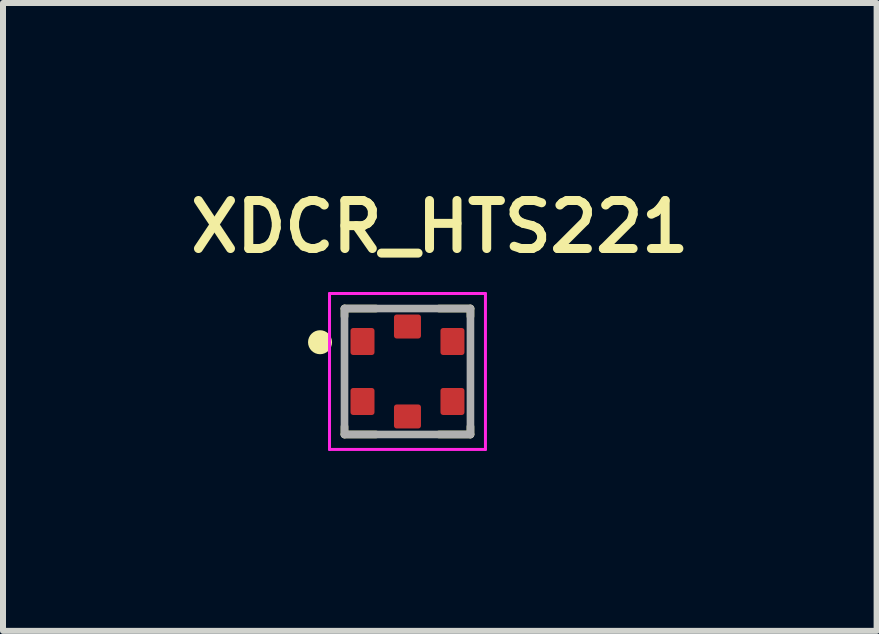
<source format=kicad_pcb>
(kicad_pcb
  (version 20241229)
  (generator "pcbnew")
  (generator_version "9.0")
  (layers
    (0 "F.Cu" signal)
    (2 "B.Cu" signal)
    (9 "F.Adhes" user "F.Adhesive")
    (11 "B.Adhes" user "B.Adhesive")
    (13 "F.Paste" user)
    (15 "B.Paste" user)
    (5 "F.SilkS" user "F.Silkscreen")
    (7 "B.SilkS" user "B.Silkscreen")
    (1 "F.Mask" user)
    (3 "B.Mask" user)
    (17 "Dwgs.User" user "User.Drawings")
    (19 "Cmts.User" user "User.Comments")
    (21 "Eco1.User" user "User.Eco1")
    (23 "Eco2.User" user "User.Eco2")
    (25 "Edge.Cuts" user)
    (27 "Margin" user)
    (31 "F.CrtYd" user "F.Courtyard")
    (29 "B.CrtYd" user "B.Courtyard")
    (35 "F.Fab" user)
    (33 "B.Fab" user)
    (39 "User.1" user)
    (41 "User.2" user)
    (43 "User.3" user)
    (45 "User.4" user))
  (footprint "XDCR_HTS221"
    (layer "F.Cu")
    (at 3.744 3.144)
    (property "Reference" "XDCR_HTS221" (at 0.539 -2.413 0) (layer "F.SilkS") (effects (font (size 0.801 0.801) (thickness 0.15))))
    (attr through_hole)
    (fp_line (start -1.05 -1.05) (end -0.525 -1.05) (stroke (width 0.127) (type solid)) (layer "F.SilkS"))
    (fp_line (start -1.05 -0.919) (end -1.05 -1.05) (stroke (width 0.127) (type solid)) (layer "F.SilkS"))
    (fp_line (start -1.05 0.919) (end -1.05 1.05) (stroke (width 0.127) (type solid)) (layer "F.SilkS"))
    (fp_line (start -1.05 1.05) (end -0.525 1.05) (stroke (width 0.127) (type solid)) (layer "F.SilkS"))
    (fp_line (start 0.525 -1.05) (end 1.05 -1.05) (stroke (width 0.127) (type solid)) (layer "F.SilkS"))
    (fp_line (start 0.525 1.05) (end 1.05 1.05) (stroke (width 0.127) (type solid)) (layer "F.SilkS"))
    (fp_line (start 1.05 -1.05) (end 1.05 -0.919) (stroke (width 0.127) (type solid)) (layer "F.SilkS"))
    (fp_line (start 1.05 1.05) (end 1.05 0.919) (stroke (width 0.127) (type solid)) (layer "F.SilkS"))
    (fp_circle (center -1.458 -0.488) (end -1.358 -0.488) (stroke (width 0.2) (type solid)) (fill no) (layer "F.SilkS"))
    (fp_line (start -1.3 -1.3) (end 1.3 -1.3) (stroke (width 0.05) (type solid)) (layer "F.CrtYd"))
    (fp_line (start -1.3 1.3) (end -1.3 -1.3) (stroke (width 0.05) (type solid)) (layer "F.CrtYd"))
    (fp_line (start 1.3 -1.3) (end 1.3 1.3) (stroke (width 0.05) (type solid)) (layer "F.CrtYd"))
    (fp_line (start 1.3 1.3) (end -1.3 1.3) (stroke (width 0.05) (type solid)) (layer "F.CrtYd"))
    (fp_line (start -1.05 -1.05) (end -1.05 1.05) (stroke (width 0.127) (type solid)) (layer "F.Fab"))
    (fp_line (start -1.05 1.05) (end 1.05 1.05) (stroke (width 0.127) (type solid)) (layer "F.Fab"))
    (fp_line (start 1.05 -1.05) (end -1.05 -1.05) (stroke (width 0.127) (type solid)) (layer "F.Fab"))
    (fp_line (start 1.05 1.05) (end 1.05 -1.05) (stroke (width 0.127) (type solid)) (layer "F.Fab"))
    (pad "1" smd roundrect (at -0.75 -0.5) (size 0.4 0.45) (layers "F.Cu" "F.Mask" "F.Paste") (roundrect_rratio 0.11))
    (pad "2" smd roundrect (at -0.75 0.5) (size 0.4 0.45) (layers "F.Cu" "F.Mask" "F.Paste") (roundrect_rratio 0.11))
    (pad "3" smd roundrect (at 0 0.75) (size 0.45 0.4) (layers "F.Cu" "F.Mask" "F.Paste") (roundrect_rratio 0.11))
    (pad "4" smd roundrect (at 0.75 0.5) (size 0.4 0.45) (layers "F.Cu" "F.Mask" "F.Paste") (roundrect_rratio 0.11))
    (pad "5" smd roundrect (at 0.75 -0.5) (size 0.4 0.45) (layers "F.Cu" "F.Mask" "F.Paste") (roundrect_rratio 0.11))
    (pad "6" smd roundrect (at 0 -0.75) (size 0.45 0.4) (layers "F.Cu" "F.Mask" "F.Paste") (roundrect_rratio 0.11)))
  (gr_rect
    (start -3 -3)
    (end 11.566 7.469)
    (stroke (width 0.1) (type default))
    (fill no)
    (layer "Edge.Cuts")))
</source>
